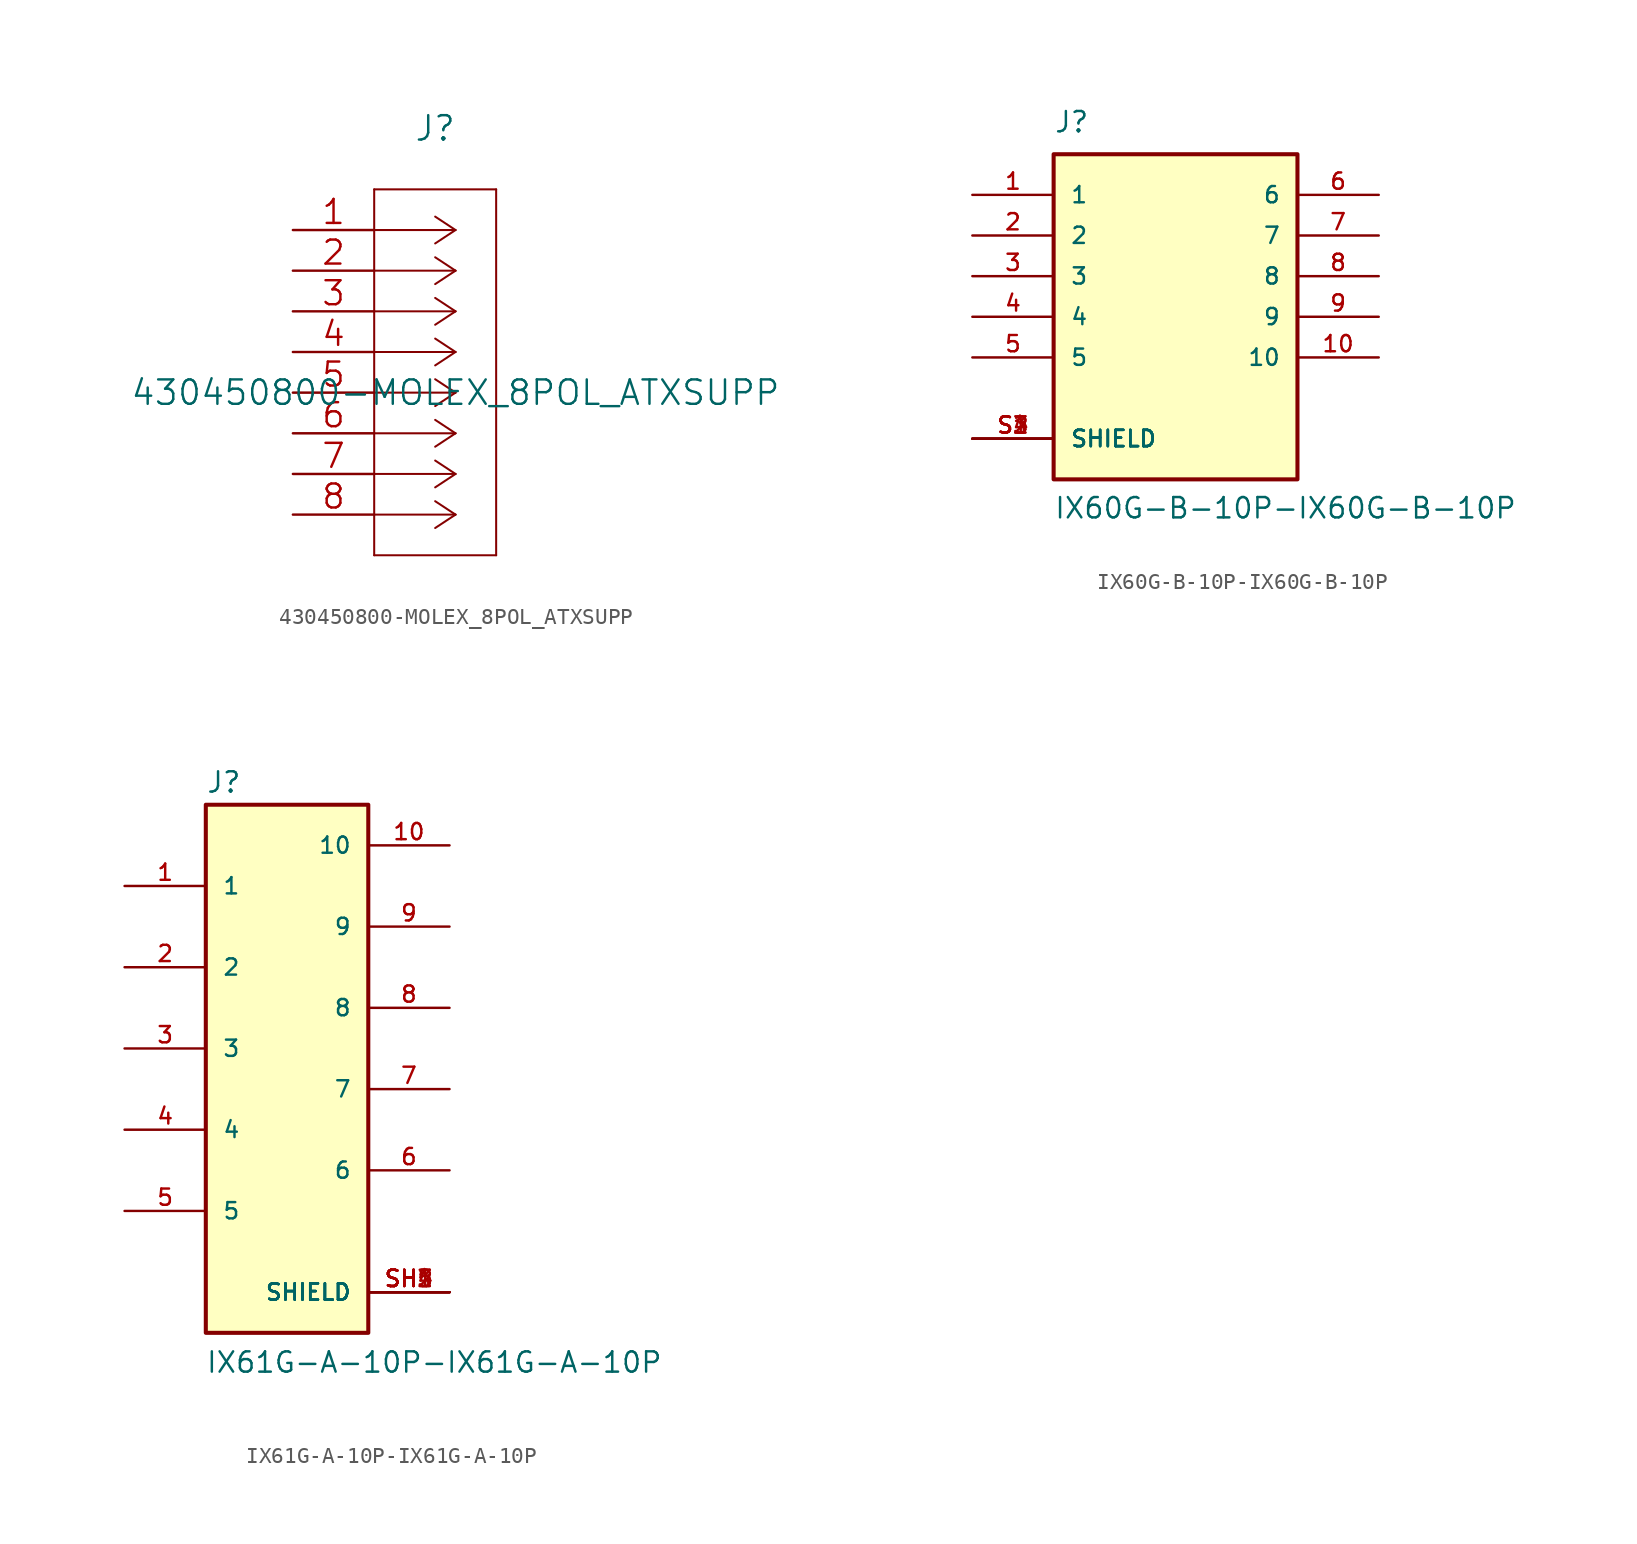
<source format=kicad_sym>
(kicad_symbol_lib
  (version 20220914)
  (generator kicad_symbol_editor)
  (symbol "430450800-MOLEX_8POL_ATXSUPP"
    (pin_names
      (offset 0.254) hide)
    (property "Reference" "J"
      (at 8.89 6.35 0)
      (effects (font (size 1.524 1.524))))
    (property "Value" "430450800-MOLEX_8POL_ATXSUPP"
      (at 10.16 -10.16 0)
      (effects (font (size 1.524 1.524))))
    (property "Datasheet" ""
      (at 0 0 0)
      (effects (font (size 1.524 1.524))))
    (property "ki_locked" ""
      (at 0 0 0)
      (effects (font (size 1.27 1.27))))
    (symbol "430450800-MOLEX_8POL_ATXSUPP_1_1"
      (polyline (pts (xy 5.08 -20.32) (xy 12.7 -20.32)) (stroke (width 0.127) (type solid)) (fill (type none)))
      (polyline (pts (xy 5.08 2.54) (xy 5.08 -20.32)) (stroke (width 0.127) (type solid)) (fill (type none)))
      (polyline (pts (xy 10.16 -17.78) (xy 5.08 -17.78)) (stroke (width 0.127) (type solid)) (fill (type none)))
      (polyline (pts (xy 10.16 -17.78) (xy 8.89 -18.618)) (stroke (width 0.127) (type solid)) (fill (type none)))
      (polyline (pts (xy 10.16 -17.78) (xy 8.89 -16.942)) (stroke (width 0.127) (type solid)) (fill (type none)))
      (polyline (pts (xy 10.16 -15.24) (xy 5.08 -15.24)) (stroke (width 0.127) (type solid)) (fill (type none)))
      (polyline (pts (xy 10.16 -15.24) (xy 8.89 -16.078)) (stroke (width 0.127) (type solid)) (fill (type none)))
      (polyline (pts (xy 10.16 -15.24) (xy 8.89 -14.402)) (stroke (width 0.127) (type solid)) (fill (type none)))
      (polyline (pts (xy 10.16 -12.7) (xy 5.08 -12.7)) (stroke (width 0.127) (type solid)) (fill (type none)))
      (polyline (pts (xy 10.16 -12.7) (xy 8.89 -13.538)) (stroke (width 0.127) (type solid)) (fill (type none)))
      (polyline (pts (xy 10.16 -12.7) (xy 8.89 -11.862)) (stroke (width 0.127) (type solid)) (fill (type none)))
      (polyline (pts (xy 10.16 -10.16) (xy 5.08 -10.16)) (stroke (width 0.127) (type solid)) (fill (type none)))
      (polyline (pts (xy 10.16 -10.16) (xy 8.89 -10.998)) (stroke (width 0.127) (type solid)) (fill (type none)))
      (polyline (pts (xy 10.16 -10.16) (xy 8.89 -9.322)) (stroke (width 0.127) (type solid)) (fill (type none)))
      (polyline (pts (xy 10.16 -7.62) (xy 5.08 -7.62)) (stroke (width 0.127) (type solid)) (fill (type none)))
      (polyline (pts (xy 10.16 -7.62) (xy 8.89 -8.458)) (stroke (width 0.127) (type solid)) (fill (type none)))
      (polyline (pts (xy 10.16 -7.62) (xy 8.89 -6.782)) (stroke (width 0.127) (type solid)) (fill (type none)))
      (polyline (pts (xy 10.16 -5.08) (xy 5.08 -5.08)) (stroke (width 0.127) (type solid)) (fill (type none)))
      (polyline (pts (xy 10.16 -5.08) (xy 8.89 -5.918)) (stroke (width 0.127) (type solid)) (fill (type none)))
      (polyline (pts (xy 10.16 -5.08) (xy 8.89 -4.242)) (stroke (width 0.127) (type solid)) (fill (type none)))
      (polyline (pts (xy 10.16 -2.54) (xy 5.08 -2.54)) (stroke (width 0.127) (type solid)) (fill (type none)))
      (polyline (pts (xy 10.16 -2.54) (xy 8.89 -3.378)) (stroke (width 0.127) (type solid)) (fill (type none)))
      (polyline (pts (xy 10.16 -2.54) (xy 8.89 -1.702)) (stroke (width 0.127) (type solid)) (fill (type none)))
      (polyline (pts (xy 10.16 0) (xy 5.08 0)) (stroke (width 0.127) (type solid)) (fill (type none)))
      (polyline (pts (xy 10.16 0) (xy 8.89 -0.838)) (stroke (width 0.127) (type solid)) (fill (type none)))
      (polyline (pts (xy 10.16 0) (xy 8.89 0.838)) (stroke (width 0.127) (type solid)) (fill (type none)))
      (polyline (pts (xy 12.7 -20.32) (xy 12.7 2.54)) (stroke (width 0.127) (type solid)) (fill (type none)))
      (polyline (pts (xy 12.7 2.54) (xy 5.08 2.54)) (stroke (width 0.127) (type solid)) (fill (type none)))
      (pin unspecified line (at 0 0 0) (length 5.08) (name "1" (effects (font (size 1.499 1.499)))) (number "1" (effects (font (size 1.499 1.499)))))
      (pin unspecified line (at 0 -2.54 0) (length 5.08) (name "2" (effects (font (size 1.499 1.499)))) (number "2" (effects (font (size 1.499 1.499)))))
      (pin unspecified line (at 0 -5.08 0) (length 5.08) (name "3" (effects (font (size 1.499 1.499)))) (number "3" (effects (font (size 1.499 1.499)))))
      (pin unspecified line (at 0 -7.62 0) (length 5.08) (name "4" (effects (font (size 1.499 1.499)))) (number "4" (effects (font (size 1.499 1.499)))))
      (pin unspecified line (at 0 -10.16 0) (length 5.08) (name "5" (effects (font (size 1.499 1.499)))) (number "5" (effects (font (size 1.499 1.499)))))
      (pin unspecified line (at 0 -12.7 0) (length 5.08) (name "6" (effects (font (size 1.499 1.499)))) (number "6" (effects (font (size 1.499 1.499)))))
      (pin unspecified line (at 0 -15.24 0) (length 5.08) (name "7" (effects (font (size 1.499 1.499)))) (number "7" (effects (font (size 1.499 1.499)))))
      (pin unspecified line (at 0 -17.78 0) (length 5.08) (name "8" (effects (font (size 1.499 1.499)))) (number "8" (effects (font (size 1.499 1.499)))))))
  (symbol "IX60G-B-10P-IX60G-B-10P"
    (pin_names
      (offset 1.016))
    (property "Reference" "J"
      (at -7.62 11.43 0)
      (effects (font (size 1.27 1.27)) (justify left bottom)))
    (property "Value" "IX60G-B-10P-IX60G-B-10P"
      (at -7.62 -12.7 0)
      (effects (font (size 1.27 1.27)) (justify left bottom)))
    (property "ki_locked" ""
      (at 0 0 0)
      (effects (font (size 1.27 1.27))))
    (symbol "IX60G-B-10P-IX60G-B-10P_0_0"
      (rectangle (start -7.62 -10.16) (end 7.62 10.16) (stroke (width 0.254) (type solid)) (fill (type background)))
      (pin passive line (at -12.7 7.62 0) (length 5.08) (name "1" (effects (font (size 1.016 1.016)))) (number "1" (effects (font (size 1.016 1.016)))))
      (pin passive line (at 12.7 -2.54 180) (length 5.08) (name "10" (effects (font (size 1.016 1.016)))) (number "10" (effects (font (size 1.016 1.016)))))
      (pin passive line (at -12.7 5.08 0) (length 5.08) (name "2" (effects (font (size 1.016 1.016)))) (number "2" (effects (font (size 1.016 1.016)))))
      (pin passive line (at -12.7 2.54 0) (length 5.08) (name "3" (effects (font (size 1.016 1.016)))) (number "3" (effects (font (size 1.016 1.016)))))
      (pin passive line (at -12.7 0 0) (length 5.08) (name "4" (effects (font (size 1.016 1.016)))) (number "4" (effects (font (size 1.016 1.016)))))
      (pin passive line (at -12.7 -2.54 0) (length 5.08) (name "5" (effects (font (size 1.016 1.016)))) (number "5" (effects (font (size 1.016 1.016)))))
      (pin passive line (at 12.7 7.62 180) (length 5.08) (name "6" (effects (font (size 1.016 1.016)))) (number "6" (effects (font (size 1.016 1.016)))))
      (pin passive line (at 12.7 5.08 180) (length 5.08) (name "7" (effects (font (size 1.016 1.016)))) (number "7" (effects (font (size 1.016 1.016)))))
      (pin passive line (at 12.7 2.54 180) (length 5.08) (name "8" (effects (font (size 1.016 1.016)))) (number "8" (effects (font (size 1.016 1.016)))))
      (pin passive line (at 12.7 0 180) (length 5.08) (name "9" (effects (font (size 1.016 1.016)))) (number "9" (effects (font (size 1.016 1.016)))))
      (pin passive line (at -12.7 -7.62 0) (length 5.08) (name "SHIELD" (effects (font (size 1.016 1.016)))) (number "S1" (effects (font (size 1.016 1.016)))))
      (pin passive line (at -12.7 -7.62 0) (length 5.08) (name "SHIELD" (effects (font (size 1.016 1.016)))) (number "S2" (effects (font (size 1.016 1.016)))))
      (pin passive line (at -12.7 -7.62 0) (length 5.08) (name "SHIELD" (effects (font (size 1.016 1.016)))) (number "S3" (effects (font (size 1.016 1.016)))))
      (pin passive line (at -12.7 -7.62 0) (length 5.08) (name "SHIELD" (effects (font (size 1.016 1.016)))) (number "S4" (effects (font (size 1.016 1.016)))))))
  (symbol "IX61G-A-10P-IX61G-A-10P"
    (pin_names
      (offset 1.016))
    (property "Reference" "J"
      (at -5.08 18.44 0)
      (effects (font (size 1.27 1.27)) (justify left bottom)))
    (property "Value" "IX61G-A-10P-IX61G-A-10P"
      (at -5.105 -17.831 0)
      (effects (font (size 1.27 1.27)) (justify left bottom)))
    (property "ki_locked" ""
      (at 0 0 0)
      (effects (font (size 1.27 1.27))))
    (symbol "IX61G-A-10P-IX61G-A-10P_0_0"
      (rectangle (start -5.08 -15.24) (end 5.08 17.78) (stroke (width 0.254) (type solid)) (fill (type background)))
      (pin passive line (at -10.16 12.7 0) (length 5.08) (name "1" (effects (font (size 1.016 1.016)))) (number "1" (effects (font (size 1.016 1.016)))))
      (pin passive line (at 10.16 15.24 180) (length 5.08) (name "10" (effects (font (size 1.016 1.016)))) (number "10" (effects (font (size 1.016 1.016)))))
      (pin passive line (at -10.16 7.62 0) (length 5.08) (name "2" (effects (font (size 1.016 1.016)))) (number "2" (effects (font (size 1.016 1.016)))))
      (pin passive line (at -10.16 2.54 0) (length 5.08) (name "3" (effects (font (size 1.016 1.016)))) (number "3" (effects (font (size 1.016 1.016)))))
      (pin passive line (at -10.16 -2.54 0) (length 5.08) (name "4" (effects (font (size 1.016 1.016)))) (number "4" (effects (font (size 1.016 1.016)))))
      (pin passive line (at -10.16 -7.62 0) (length 5.08) (name "5" (effects (font (size 1.016 1.016)))) (number "5" (effects (font (size 1.016 1.016)))))
      (pin passive line (at 10.16 -5.08 180) (length 5.08) (name "6" (effects (font (size 1.016 1.016)))) (number "6" (effects (font (size 1.016 1.016)))))
      (pin passive line (at 10.16 0 180) (length 5.08) (name "7" (effects (font (size 1.016 1.016)))) (number "7" (effects (font (size 1.016 1.016)))))
      (pin passive line (at 10.16 5.08 180) (length 5.08) (name "8" (effects (font (size 1.016 1.016)))) (number "8" (effects (font (size 1.016 1.016)))))
      (pin passive line (at 10.16 10.16 180) (length 5.08) (name "9" (effects (font (size 1.016 1.016)))) (number "9" (effects (font (size 1.016 1.016)))))
      (pin passive line (at 10.16 -12.7 180) (length 5.08) (name "SHIELD" (effects (font (size 1.016 1.016)))) (number "SH1" (effects (font (size 1.016 1.016)))))
      (pin passive line (at 10.16 -12.7 180) (length 5.08) (name "SHIELD" (effects (font (size 1.016 1.016)))) (number "SH2" (effects (font (size 1.016 1.016)))))
      (pin passive line (at 10.16 -12.7 180) (length 5.08) (name "SHIELD" (effects (font (size 1.016 1.016)))) (number "SH3" (effects (font (size 1.016 1.016)))))
      (pin passive line (at 10.16 -12.7 180) (length 5.08) (name "SHIELD" (effects (font (size 1.016 1.016)))) (number "SH4" (effects (font (size 1.016 1.016)))))
      (pin passive line (at 10.16 -12.7 180) (length 5.08) (name "SHIELD" (effects (font (size 1.016 1.016)))) (number "SH5" (effects (font (size 1.016 1.016))))))))
</source>
